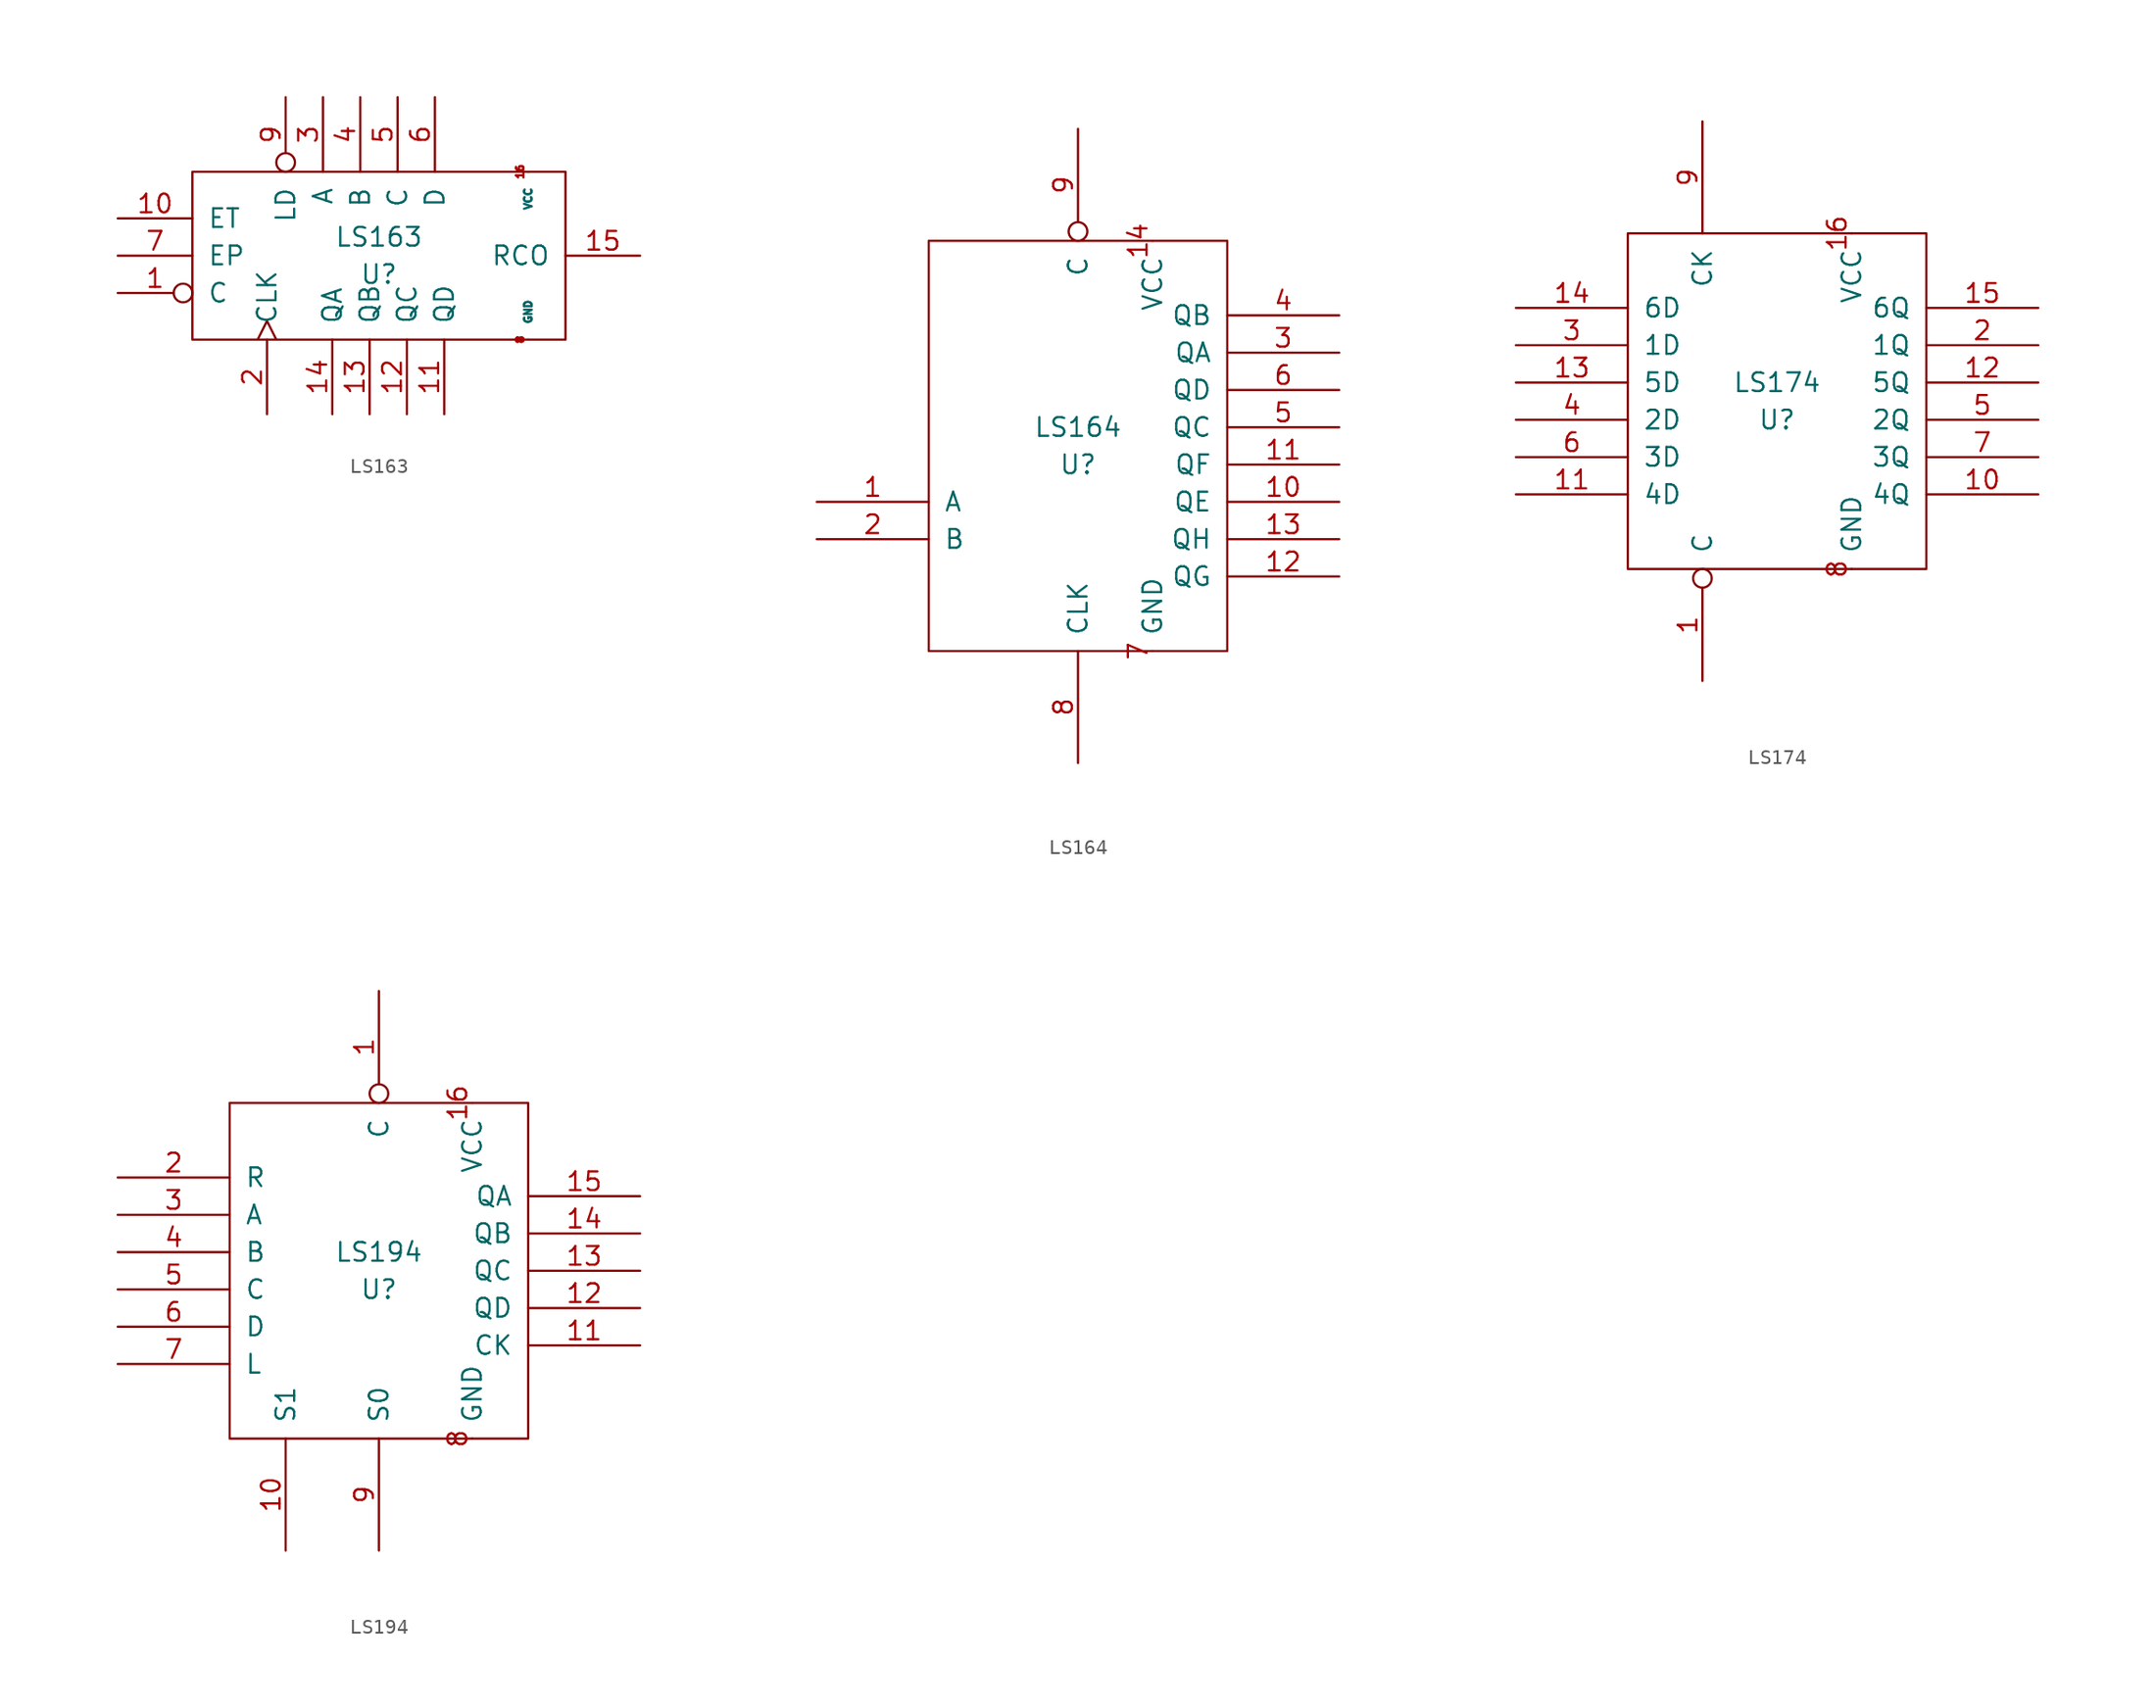
<source format=kicad_sym>
(kicad_symbol_lib
  (version 20211014)
  (generator kicad_symbol_editor)
  (symbol "LS163"
    (pin_names
      (offset 1.016))
    (property "Reference" "U"
      (at 0 -1.27 0)
      (effects (font (size 1.27 1.27))))
    (property "Value" "LS163"
      (at 0 1.27 0)
      (effects (font (size 1.27 1.27))))
    (symbol "LS163_1_1"
      (rectangle (start -12.7 5.715) (end 12.7 -5.715) (stroke (width 0) (type default) (color 0 0 0 0)) (fill (type none)))
      (pin input inverted (at -17.78 -2.54 0) (length 5.08) (name "C" (effects (font (size 1.27 1.27)))) (number "1" (effects (font (size 1.27 1.27)))))
      (pin input line (at -17.78 2.54 0) (length 5.08) (name "ET" (effects (font (size 1.27 1.27)))) (number "10" (effects (font (size 1.27 1.27)))))
      (pin output line (at 4.445 -10.795 90) (length 5.08) (name "QD" (effects (font (size 1.27 1.27)))) (number "11" (effects (font (size 1.27 1.27)))))
      (pin output line (at 1.905 -10.795 90) (length 5.08) (name "QC" (effects (font (size 1.27 1.27)))) (number "12" (effects (font (size 1.27 1.27)))))
      (pin output line (at -0.635 -10.795 90) (length 5.08) (name "QB" (effects (font (size 1.27 1.27)))) (number "13" (effects (font (size 1.27 1.27)))))
      (pin output line (at -3.175 -10.795 90) (length 5.08) (name "QA" (effects (font (size 1.27 1.27)))) (number "14" (effects (font (size 1.27 1.27)))))
      (pin output line (at 17.78 0 180) (length 5.08) (name "RCO" (effects (font (size 1.27 1.27)))) (number "15" (effects (font (size 1.27 1.27)))))
      (pin power_in line (at 10.16 5.715 270) (length 0) (name "VCC" (effects (font (size 0.508 0.508)))) (number "16" (effects (font (size 0.508 0.508)))))
      (pin input clock (at -7.62 -10.795 90) (length 5.08) (name "CLK" (effects (font (size 1.27 1.27)))) (number "2" (effects (font (size 1.27 1.27)))))
      (pin input line (at -3.81 10.795 270) (length 5.08) (name "A" (effects (font (size 1.27 1.27)))) (number "3" (effects (font (size 1.27 1.27)))))
      (pin input line (at -1.27 10.795 270) (length 5.08) (name "B" (effects (font (size 1.27 1.27)))) (number "4" (effects (font (size 1.27 1.27)))))
      (pin input line (at 1.27 10.795 270) (length 5.08) (name "C" (effects (font (size 1.27 1.27)))) (number "5" (effects (font (size 1.27 1.27)))))
      (pin input line (at 3.81 10.795 270) (length 5.08) (name "D" (effects (font (size 1.27 1.27)))) (number "6" (effects (font (size 1.27 1.27)))))
      (pin input line (at -17.78 0 0) (length 5.08) (name "EP" (effects (font (size 1.27 1.27)))) (number "7" (effects (font (size 1.27 1.27)))))
      (pin power_in line (at 10.16 -5.715 90) (length 0) (name "GND" (effects (font (size 0.508 0.508)))) (number "8" (effects (font (size 0.508 0.508)))))
      (pin input inverted (at -6.35 10.795 270) (length 5.08) (name "LD" (effects (font (size 1.27 1.27)))) (number "9" (effects (font (size 1.27 1.27)))))))
  (symbol "LS164"
    (pin_names
      (offset 1.016))
    (property "Reference" "U"
      (at 0 -1.27 0)
      (effects (font (size 1.27 1.27))))
    (property "Value" "LS164"
      (at 0 1.27 0)
      (effects (font (size 1.27 1.27))))
    (symbol "LS164_1_1"
      (rectangle (start -10.16 13.97) (end 10.16 -13.97) (stroke (width 0) (type default) (color 0 0 0 0)) (fill (type none)))
      (pin input line (at -17.78 -3.81 0) (length 7.62) (name "A" (effects (font (size 1.27 1.27)))) (number "1" (effects (font (size 1.27 1.27)))))
      (pin output line (at 17.78 -3.81 180) (length 7.62) (name "QE" (effects (font (size 1.27 1.27)))) (number "10" (effects (font (size 1.27 1.27)))))
      (pin output line (at 17.78 -1.27 180) (length 7.62) (name "QF" (effects (font (size 1.27 1.27)))) (number "11" (effects (font (size 1.27 1.27)))))
      (pin output line (at 17.78 -8.89 180) (length 7.62) (name "QG" (effects (font (size 1.27 1.27)))) (number "12" (effects (font (size 1.27 1.27)))))
      (pin output line (at 17.78 -6.35 180) (length 7.62) (name "QH" (effects (font (size 1.27 1.27)))) (number "13" (effects (font (size 1.27 1.27)))))
      (pin power_in line (at 5.08 13.97 270) (length 0) (name "VCC" (effects (font (size 1.27 1.27)))) (number "14" (effects (font (size 1.27 1.27)))))
      (pin input line (at -17.78 -6.35 0) (length 7.62) (name "B" (effects (font (size 1.27 1.27)))) (number "2" (effects (font (size 1.27 1.27)))))
      (pin output line (at 17.78 6.35 180) (length 7.62) (name "QA" (effects (font (size 1.27 1.27)))) (number "3" (effects (font (size 1.27 1.27)))))
      (pin output line (at 17.78 8.89 180) (length 7.62) (name "QB" (effects (font (size 1.27 1.27)))) (number "4" (effects (font (size 1.27 1.27)))))
      (pin output line (at 17.78 1.27 180) (length 7.62) (name "QC" (effects (font (size 1.27 1.27)))) (number "5" (effects (font (size 1.27 1.27)))))
      (pin output line (at 17.78 3.81 180) (length 7.62) (name "QD" (effects (font (size 1.27 1.27)))) (number "6" (effects (font (size 1.27 1.27)))))
      (pin power_in line (at 5.08 -13.97 90) (length 0) (name "GND" (effects (font (size 1.27 1.27)))) (number "7" (effects (font (size 1.27 1.27)))))
      (pin input line (at 0 -21.59 90) (length 7.62) (name "CLK" (effects (font (size 1.27 1.27)))) (number "8" (effects (font (size 1.27 1.27)))))
      (pin input inverted (at 0 21.59 270) (length 7.62) (name "C" (effects (font (size 1.27 1.27)))) (number "9" (effects (font (size 1.27 1.27)))))))
  (symbol "LS174"
    (pin_names
      (offset 1.016))
    (property "Reference" "U"
      (at 0 -1.27 0)
      (effects (font (size 1.27 1.27))))
    (property "Value" "LS174"
      (at 0 1.27 0)
      (effects (font (size 1.27 1.27))))
    (symbol "LS174_1_1"
      (rectangle (start -10.16 11.43) (end 10.16 -11.43) (stroke (width 0) (type default) (color 0 0 0 0)) (fill (type none)))
      (pin input inverted (at -5.08 -19.05 90) (length 7.62) (name "C" (effects (font (size 1.27 1.27)))) (number "1" (effects (font (size 1.27 1.27)))))
      (pin output line (at 17.78 -6.35 180) (length 7.62) (name "4Q" (effects (font (size 1.27 1.27)))) (number "10" (effects (font (size 1.27 1.27)))))
      (pin input line (at -17.78 -6.35 0) (length 7.62) (name "4D" (effects (font (size 1.27 1.27)))) (number "11" (effects (font (size 1.27 1.27)))))
      (pin output line (at 17.78 1.27 180) (length 7.62) (name "5Q" (effects (font (size 1.27 1.27)))) (number "12" (effects (font (size 1.27 1.27)))))
      (pin input line (at -17.78 1.27 0) (length 7.62) (name "5D" (effects (font (size 1.27 1.27)))) (number "13" (effects (font (size 1.27 1.27)))))
      (pin input line (at -17.78 6.35 0) (length 7.62) (name "6D" (effects (font (size 1.27 1.27)))) (number "14" (effects (font (size 1.27 1.27)))))
      (pin output line (at 17.78 6.35 180) (length 7.62) (name "6Q" (effects (font (size 1.27 1.27)))) (number "15" (effects (font (size 1.27 1.27)))))
      (pin power_in line (at 5.08 11.43 270) (length 0) (name "VCC" (effects (font (size 1.27 1.27)))) (number "16" (effects (font (size 1.27 1.27)))))
      (pin output line (at 17.78 3.81 180) (length 7.62) (name "1Q" (effects (font (size 1.27 1.27)))) (number "2" (effects (font (size 1.27 1.27)))))
      (pin input line (at -17.78 3.81 0) (length 7.62) (name "1D" (effects (font (size 1.27 1.27)))) (number "3" (effects (font (size 1.27 1.27)))))
      (pin input line (at -17.78 -1.27 0) (length 7.62) (name "2D" (effects (font (size 1.27 1.27)))) (number "4" (effects (font (size 1.27 1.27)))))
      (pin output line (at 17.78 -1.27 180) (length 7.62) (name "2Q" (effects (font (size 1.27 1.27)))) (number "5" (effects (font (size 1.27 1.27)))))
      (pin input line (at -17.78 -3.81 0) (length 7.62) (name "3D" (effects (font (size 1.27 1.27)))) (number "6" (effects (font (size 1.27 1.27)))))
      (pin output line (at 17.78 -3.81 180) (length 7.62) (name "3Q" (effects (font (size 1.27 1.27)))) (number "7" (effects (font (size 1.27 1.27)))))
      (pin power_in line (at 5.08 -11.43 90) (length 0) (name "GND" (effects (font (size 1.27 1.27)))) (number "8" (effects (font (size 1.27 1.27)))))
      (pin input line (at -5.08 19.05 270) (length 7.62) (name "CK" (effects (font (size 1.27 1.27)))) (number "9" (effects (font (size 1.27 1.27)))))))
  (symbol "LS194"
    (pin_names
      (offset 1.016))
    (property "Reference" "U"
      (at 0 -1.27 0)
      (effects (font (size 1.27 1.27))))
    (property "Value" "LS194"
      (at 0 1.27 0)
      (effects (font (size 1.27 1.27))))
    (symbol "LS194_1_1"
      (rectangle (start -10.16 11.43) (end 10.16 -11.43) (stroke (width 0) (type default) (color 0 0 0 0)) (fill (type none)))
      (pin input inverted (at 0 19.05 270) (length 7.62) (name "C" (effects (font (size 1.27 1.27)))) (number "1" (effects (font (size 1.27 1.27)))))
      (pin input line (at -6.35 -19.05 90) (length 7.62) (name "S1" (effects (font (size 1.27 1.27)))) (number "10" (effects (font (size 1.27 1.27)))))
      (pin input line (at 17.78 -5.08 180) (length 7.62) (name "CK" (effects (font (size 1.27 1.27)))) (number "11" (effects (font (size 1.27 1.27)))))
      (pin output line (at 17.78 -2.54 180) (length 7.62) (name "QD" (effects (font (size 1.27 1.27)))) (number "12" (effects (font (size 1.27 1.27)))))
      (pin output line (at 17.78 0 180) (length 7.62) (name "QC" (effects (font (size 1.27 1.27)))) (number "13" (effects (font (size 1.27 1.27)))))
      (pin output line (at 17.78 2.54 180) (length 7.62) (name "QB" (effects (font (size 1.27 1.27)))) (number "14" (effects (font (size 1.27 1.27)))))
      (pin output line (at 17.78 5.08 180) (length 7.62) (name "QA" (effects (font (size 1.27 1.27)))) (number "15" (effects (font (size 1.27 1.27)))))
      (pin power_in line (at 6.35 11.43 270) (length 0) (name "VCC" (effects (font (size 1.27 1.27)))) (number "16" (effects (font (size 1.27 1.27)))))
      (pin input line (at -17.78 6.35 0) (length 7.62) (name "R" (effects (font (size 1.27 1.27)))) (number "2" (effects (font (size 1.27 1.27)))))
      (pin input line (at -17.78 3.81 0) (length 7.62) (name "A" (effects (font (size 1.27 1.27)))) (number "3" (effects (font (size 1.27 1.27)))))
      (pin input line (at -17.78 1.27 0) (length 7.62) (name "B" (effects (font (size 1.27 1.27)))) (number "4" (effects (font (size 1.27 1.27)))))
      (pin input line (at -17.78 -1.27 0) (length 7.62) (name "C" (effects (font (size 1.27 1.27)))) (number "5" (effects (font (size 1.27 1.27)))))
      (pin input line (at -17.78 -3.81 0) (length 7.62) (name "D" (effects (font (size 1.27 1.27)))) (number "6" (effects (font (size 1.27 1.27)))))
      (pin input line (at -17.78 -6.35 0) (length 7.62) (name "L" (effects (font (size 1.27 1.27)))) (number "7" (effects (font (size 1.27 1.27)))))
      (pin power_in line (at 6.35 -11.43 90) (length 0) (name "GND" (effects (font (size 1.27 1.27)))) (number "8" (effects (font (size 1.27 1.27)))))
      (pin input line (at 0 -19.05 90) (length 7.62) (name "S0" (effects (font (size 1.27 1.27)))) (number "9" (effects (font (size 1.27 1.27))))))))
</source>
